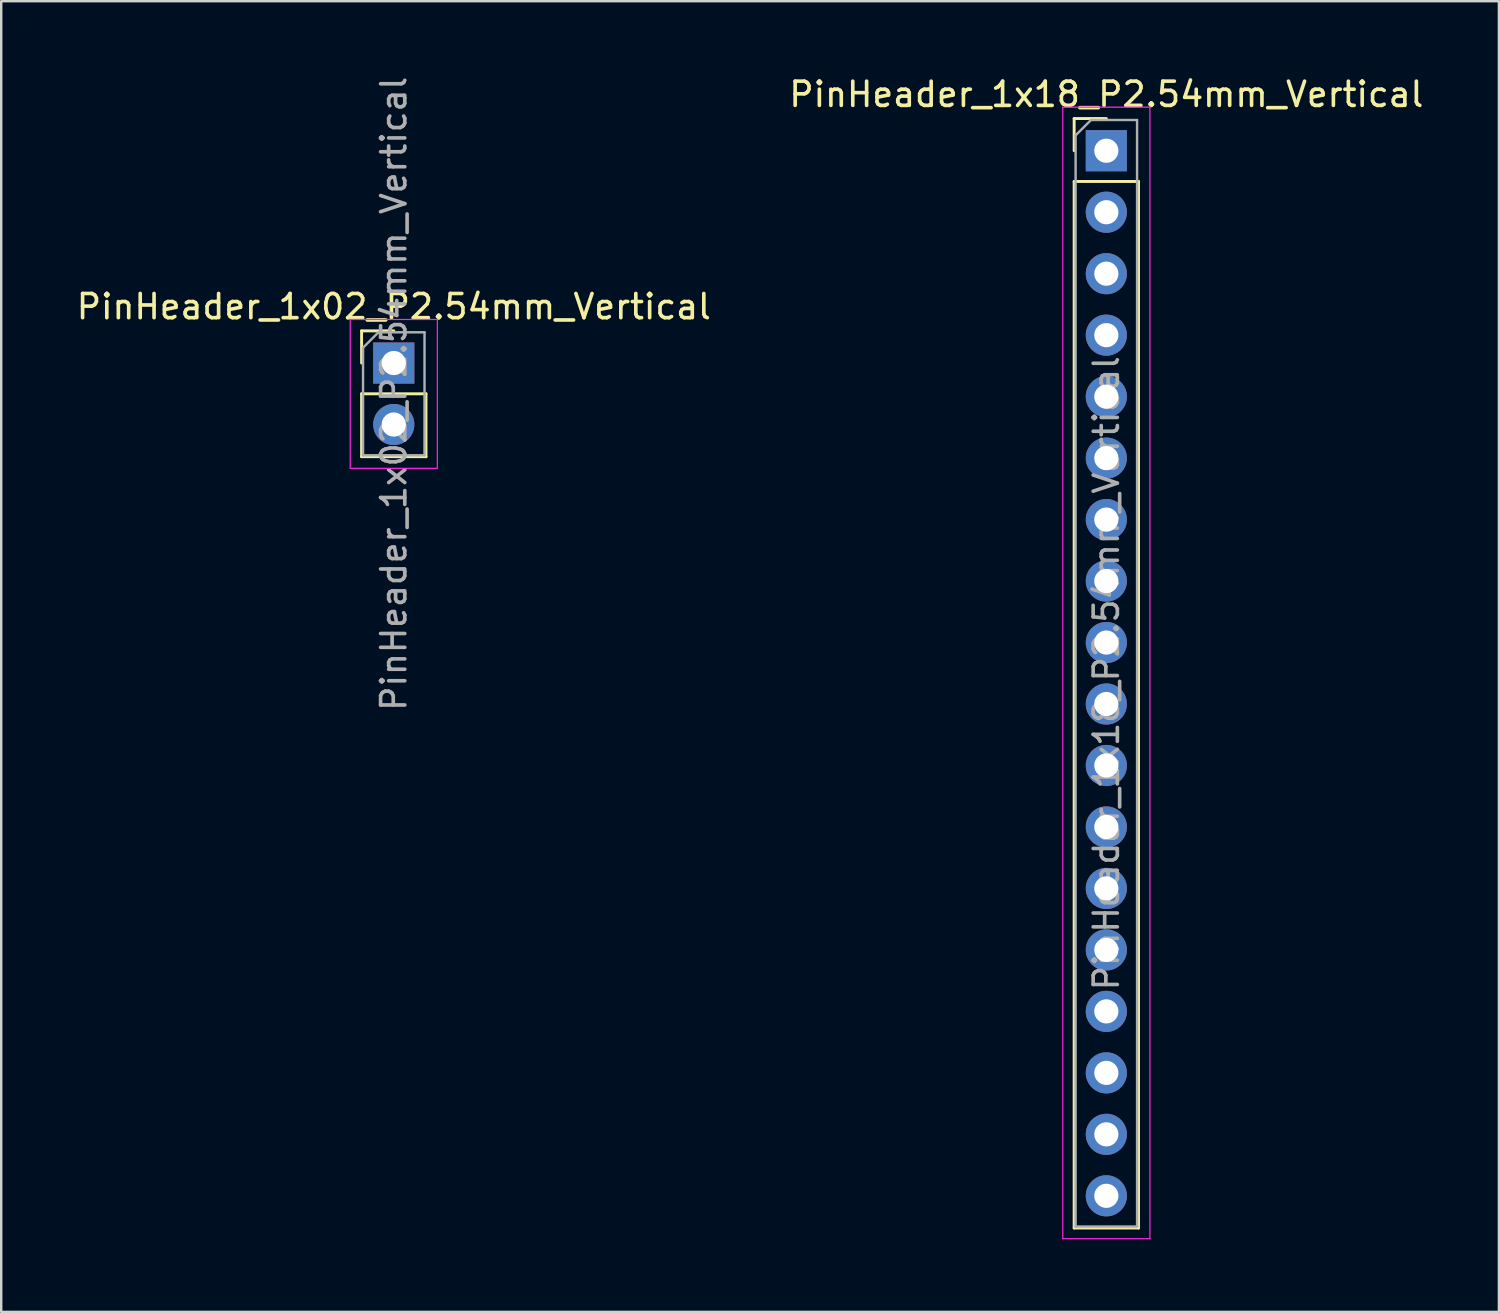
<source format=kicad_pcb>
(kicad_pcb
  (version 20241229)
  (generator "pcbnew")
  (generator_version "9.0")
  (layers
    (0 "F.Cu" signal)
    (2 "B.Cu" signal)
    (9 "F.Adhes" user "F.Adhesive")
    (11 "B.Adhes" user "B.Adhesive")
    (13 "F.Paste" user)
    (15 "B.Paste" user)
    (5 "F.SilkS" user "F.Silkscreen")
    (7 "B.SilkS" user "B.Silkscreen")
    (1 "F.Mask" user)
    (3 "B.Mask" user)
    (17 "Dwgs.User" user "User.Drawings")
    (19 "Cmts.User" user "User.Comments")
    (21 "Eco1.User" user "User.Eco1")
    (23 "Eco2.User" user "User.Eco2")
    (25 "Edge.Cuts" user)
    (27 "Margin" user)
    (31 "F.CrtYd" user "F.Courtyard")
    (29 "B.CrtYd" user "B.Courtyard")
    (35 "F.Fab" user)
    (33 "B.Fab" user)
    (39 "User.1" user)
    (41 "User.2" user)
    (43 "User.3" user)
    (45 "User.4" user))
  (footprint "PinHeader_1x02_P2.54mm_Vertical"
    (layer "F.Cu")
    (at 13.22 11.95)
    (property "Reference" "PinHeader_1x02_P2.54mm_Vertical" (at 0 -2.33 0) (layer "F.SilkS") (effects (font (size 1 1) (thickness 0.15))))
    (attr through_hole)
    (fp_line (start -1.33 -1.33) (end 0 -1.33) (stroke (width 0.12) (type solid)) (layer "F.SilkS"))
    (fp_line (start -1.33 0) (end -1.33 -1.33) (stroke (width 0.12) (type solid)) (layer "F.SilkS"))
    (fp_line (start -1.33 1.27) (end -1.33 3.87) (stroke (width 0.12) (type solid)) (layer "F.SilkS"))
    (fp_line (start -1.33 1.27) (end 1.33 1.27) (stroke (width 0.12) (type solid)) (layer "F.SilkS"))
    (fp_line (start -1.33 3.87) (end 1.33 3.87) (stroke (width 0.12) (type solid)) (layer "F.SilkS"))
    (fp_line (start 1.33 1.27) (end 1.33 3.87) (stroke (width 0.12) (type solid)) (layer "F.SilkS"))
    (fp_line (start -1.8 -1.8) (end -1.8 4.35) (stroke (width 0.05) (type solid)) (layer "F.CrtYd"))
    (fp_line (start -1.8 4.35) (end 1.8 4.35) (stroke (width 0.05) (type solid)) (layer "F.CrtYd"))
    (fp_line (start 1.8 -1.8) (end -1.8 -1.8) (stroke (width 0.05) (type solid)) (layer "F.CrtYd"))
    (fp_line (start 1.8 4.35) (end 1.8 -1.8) (stroke (width 0.05) (type solid)) (layer "F.CrtYd"))
    (fp_line (start -1.27 -0.635) (end -0.635 -1.27) (stroke (width 0.1) (type solid)) (layer "F.Fab"))
    (fp_line (start -1.27 3.81) (end -1.27 -0.635) (stroke (width 0.1) (type solid)) (layer "F.Fab"))
    (fp_line (start -0.635 -1.27) (end 1.27 -1.27) (stroke (width 0.1) (type solid)) (layer "F.Fab"))
    (fp_line (start 1.27 -1.27) (end 1.27 3.81) (stroke (width 0.1) (type solid)) (layer "F.Fab"))
    (fp_line (start 1.27 3.81) (end -1.27 3.81) (stroke (width 0.1) (type solid)) (layer "F.Fab"))
    (fp_text user "${REFERENCE}" (at 0 1.27 270) (layer "F.Fab") (effects (font (size 1 1) (thickness 0.15))))
    (pad "1" thru_hole rect (at 0 0) (size 1.7 1.7) (drill 1) (layers "*.Cu" "*.Mask"))
    (pad "2" thru_hole oval (at 0 2.54) (size 1.7 1.7) (drill 1) (layers "*.Cu" "*.Mask")))
  (footprint "PinHeader_1x18_P2.54mm_Vertical"
    (layer "F.Cu")
    (at 42.661 3.178)
    (property "Reference" "PinHeader_1x18_P2.54mm_Vertical" (at 0 -2.33 0) (layer "F.SilkS") (effects (font (size 1 1) (thickness 0.15))))
    (attr through_hole)
    (fp_line (start -1.33 -1.33) (end 0 -1.33) (stroke (width 0.12) (type solid)) (layer "F.SilkS"))
    (fp_line (start -1.33 0) (end -1.33 -1.33) (stroke (width 0.12) (type solid)) (layer "F.SilkS"))
    (fp_line (start -1.33 1.27) (end -1.33 44.51) (stroke (width 0.12) (type solid)) (layer "F.SilkS"))
    (fp_line (start -1.33 1.27) (end 1.33 1.27) (stroke (width 0.12) (type solid)) (layer "F.SilkS"))
    (fp_line (start -1.33 44.51) (end 1.33 44.51) (stroke (width 0.12) (type solid)) (layer "F.SilkS"))
    (fp_line (start 1.33 1.27) (end 1.33 44.51) (stroke (width 0.12) (type solid)) (layer "F.SilkS"))
    (fp_line (start -1.8 -1.8) (end -1.8 44.95) (stroke (width 0.05) (type solid)) (layer "F.CrtYd"))
    (fp_line (start -1.8 44.95) (end 1.8 44.95) (stroke (width 0.05) (type solid)) (layer "F.CrtYd"))
    (fp_line (start 1.8 -1.8) (end -1.8 -1.8) (stroke (width 0.05) (type solid)) (layer "F.CrtYd"))
    (fp_line (start 1.8 44.95) (end 1.8 -1.8) (stroke (width 0.05) (type solid)) (layer "F.CrtYd"))
    (fp_line (start -1.27 -0.635) (end -0.635 -1.27) (stroke (width 0.1) (type solid)) (layer "F.Fab"))
    (fp_line (start -1.27 44.45) (end -1.27 -0.635) (stroke (width 0.1) (type solid)) (layer "F.Fab"))
    (fp_line (start -0.635 -1.27) (end 1.27 -1.27) (stroke (width 0.1) (type solid)) (layer "F.Fab"))
    (fp_line (start 1.27 -1.27) (end 1.27 44.45) (stroke (width 0.1) (type solid)) (layer "F.Fab"))
    (fp_line (start 1.27 44.45) (end -1.27 44.45) (stroke (width 0.1) (type solid)) (layer "F.Fab"))
    (fp_text user "${REFERENCE}" (at 0 21.59 270) (layer "F.Fab") (effects (font (size 1 1) (thickness 0.15))))
    (pad "1" thru_hole rect (at 0 0) (size 1.7 1.7) (drill 1) (layers "*.Cu" "*.Mask"))
    (pad "2" thru_hole oval (at 0 2.54) (size 1.7 1.7) (drill 1) (layers "*.Cu" "*.Mask"))
    (pad "3" thru_hole oval (at 0 5.08) (size 1.7 1.7) (drill 1) (layers "*.Cu" "*.Mask"))
    (pad "4" thru_hole oval (at 0 7.62) (size 1.7 1.7) (drill 1) (layers "*.Cu" "*.Mask"))
    (pad "5" thru_hole oval (at 0 10.16) (size 1.7 1.7) (drill 1) (layers "*.Cu" "*.Mask"))
    (pad "6" thru_hole oval (at 0 12.7) (size 1.7 1.7) (drill 1) (layers "*.Cu" "*.Mask"))
    (pad "7" thru_hole oval (at 0 15.24) (size 1.7 1.7) (drill 1) (layers "*.Cu" "*.Mask"))
    (pad "8" thru_hole oval (at 0 17.78) (size 1.7 1.7) (drill 1) (layers "*.Cu" "*.Mask"))
    (pad "9" thru_hole oval (at 0 20.32) (size 1.7 1.7) (drill 1) (layers "*.Cu" "*.Mask"))
    (pad "10" thru_hole oval (at 0 22.86) (size 1.7 1.7) (drill 1) (layers "*.Cu" "*.Mask"))
    (pad "11" thru_hole oval (at 0 25.4) (size 1.7 1.7) (drill 1) (layers "*.Cu" "*.Mask"))
    (pad "12" thru_hole oval (at 0 27.94) (size 1.7 1.7) (drill 1) (layers "*.Cu" "*.Mask"))
    (pad "13" thru_hole oval (at 0 30.48) (size 1.7 1.7) (drill 1) (layers "*.Cu" "*.Mask"))
    (pad "14" thru_hole oval (at 0 33.02) (size 1.7 1.7) (drill 1) (layers "*.Cu" "*.Mask"))
    (pad "15" thru_hole oval (at 0 35.56) (size 1.7 1.7) (drill 1) (layers "*.Cu" "*.Mask"))
    (pad "16" thru_hole oval (at 0 38.1) (size 1.7 1.7) (drill 1) (layers "*.Cu" "*.Mask"))
    (pad "17" thru_hole oval (at 0 40.64) (size 1.7 1.7) (drill 1) (layers "*.Cu" "*.Mask"))
    (pad "18" thru_hole oval (at 0 43.18) (size 1.7 1.7) (drill 1) (layers "*.Cu" "*.Mask")))
  (gr_rect
    (start -3 -3)
    (end 58.881 51.153)
    (stroke (width 0.1) (type default))
    (fill no)
    (layer "Edge.Cuts")))
</source>
